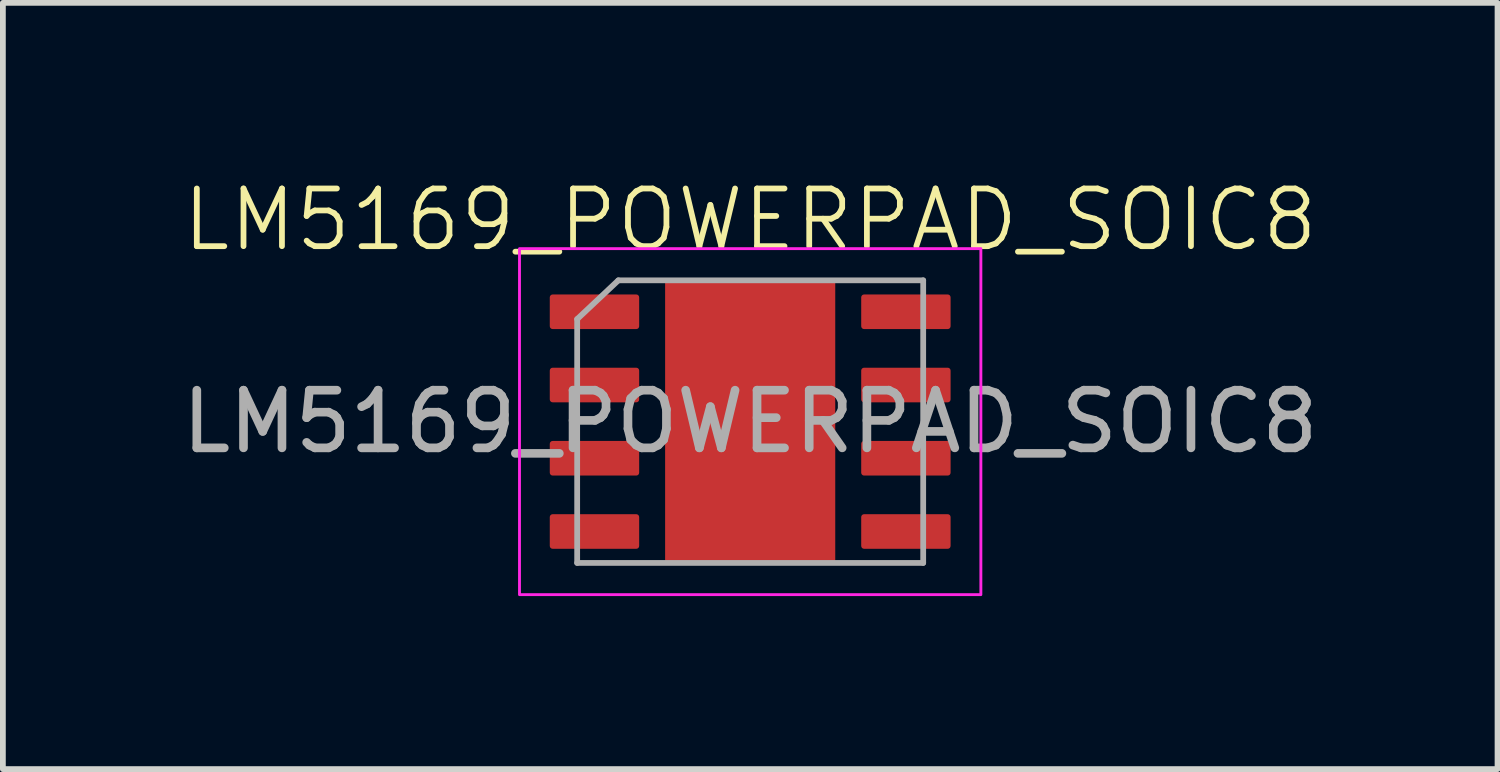
<source format=kicad_pcb>
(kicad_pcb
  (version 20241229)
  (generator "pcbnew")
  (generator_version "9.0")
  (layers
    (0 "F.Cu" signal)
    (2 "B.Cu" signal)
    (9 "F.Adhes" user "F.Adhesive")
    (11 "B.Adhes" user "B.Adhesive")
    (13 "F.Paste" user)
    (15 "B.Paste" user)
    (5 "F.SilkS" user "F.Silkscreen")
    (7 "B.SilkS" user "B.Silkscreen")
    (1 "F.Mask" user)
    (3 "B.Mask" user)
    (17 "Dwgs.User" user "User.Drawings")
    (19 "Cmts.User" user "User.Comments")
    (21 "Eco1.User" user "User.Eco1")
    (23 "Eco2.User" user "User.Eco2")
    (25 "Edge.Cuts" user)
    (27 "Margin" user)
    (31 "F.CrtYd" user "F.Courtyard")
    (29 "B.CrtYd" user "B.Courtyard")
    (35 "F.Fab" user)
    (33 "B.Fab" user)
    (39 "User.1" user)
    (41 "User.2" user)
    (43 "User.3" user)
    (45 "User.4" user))
  (footprint "LM5169_POWERPAD_SOIC8"
    (layer "F.Cu")
    (at 9.958 4.261)
    (property "Reference" "LM5169_POWERPAD_SOIC8" (at 0 -3.5 0) (unlocked yes) (layer "F.SilkS") (effects (font (size 1 1) (thickness 0.1))))
    (attr smd)
    (fp_rect (start -4 -3) (end 4 3) (stroke (width 0.05) (type default)) (fill no) (layer "F.CrtYd"))
    (fp_line (start -3 -1.778) (end -2.286 -2.45) (stroke (width 0.1) (type default)) (layer "F.Fab"))
    (fp_line (start -3 2.45) (end -3 -1.778) (stroke (width 0.1) (type default)) (layer "F.Fab"))
    (fp_line (start -2.286 -2.45) (end 3 -2.45) (stroke (width 0.1) (type default)) (layer "F.Fab"))
    (fp_line (start 3 -2.45) (end 3 2.45) (stroke (width 0.1) (type default)) (layer "F.Fab"))
    (fp_line (start 3 2.45) (end -3 2.45) (stroke (width 0.1) (type default)) (layer "F.Fab"))
    (fp_text user "${REFERENCE}" (at 0 0 0) (unlocked yes) (layer "F.Fab") (effects (font (size 1 1) (thickness 0.15))))
    (pad "" smd roundrect (at 0 0) (size 2.71 3.4) (layers "F.Mask" "F.Paste") (roundrect_rratio 0.018))
    (pad "1" smd roundrect (at -2.7 -1.905) (size 1.55 0.6) (layers "F.Cu" "F.Mask" "F.Paste") (roundrect_rratio 0.083))
    (pad "2" smd roundrect (at -2.7 -0.635) (size 1.55 0.6) (layers "F.Cu" "F.Mask" "F.Paste") (roundrect_rratio 0.083))
    (pad "3" smd roundrect (at -2.7 0.635) (size 1.55 0.6) (layers "F.Cu" "F.Mask" "F.Paste") (roundrect_rratio 0.083))
    (pad "4" smd roundrect (at -2.7 1.905) (size 1.55 0.6) (layers "F.Cu" "F.Mask" "F.Paste") (roundrect_rratio 0.083))
    (pad "5" smd roundrect (at 2.7 1.905) (size 1.55 0.6) (layers "F.Cu" "F.Mask" "F.Paste") (roundrect_rratio 0.083))
    (pad "6" smd roundrect (at 2.7 0.635) (size 1.55 0.6) (layers "F.Cu" "F.Mask" "F.Paste") (roundrect_rratio 0.083))
    (pad "7" smd roundrect (at 2.7 -0.635) (size 1.55 0.6) (layers "F.Cu" "F.Mask" "F.Paste") (roundrect_rratio 0.083))
    (pad "8" smd roundrect (at 2.7 -1.905) (size 1.55 0.6) (layers "F.Cu" "F.Mask" "F.Paste") (roundrect_rratio 0.083))
    (pad "EP" smd roundrect (at 0 0) (size 2.95 4.9) (layers "F.Cu") (roundrect_rratio 0.017)))
  (gr_rect
    (start -3 -3)
    (end 22.917 10.286)
    (stroke (width 0.1) (type default))
    (fill no)
    (layer "Edge.Cuts")))
</source>
